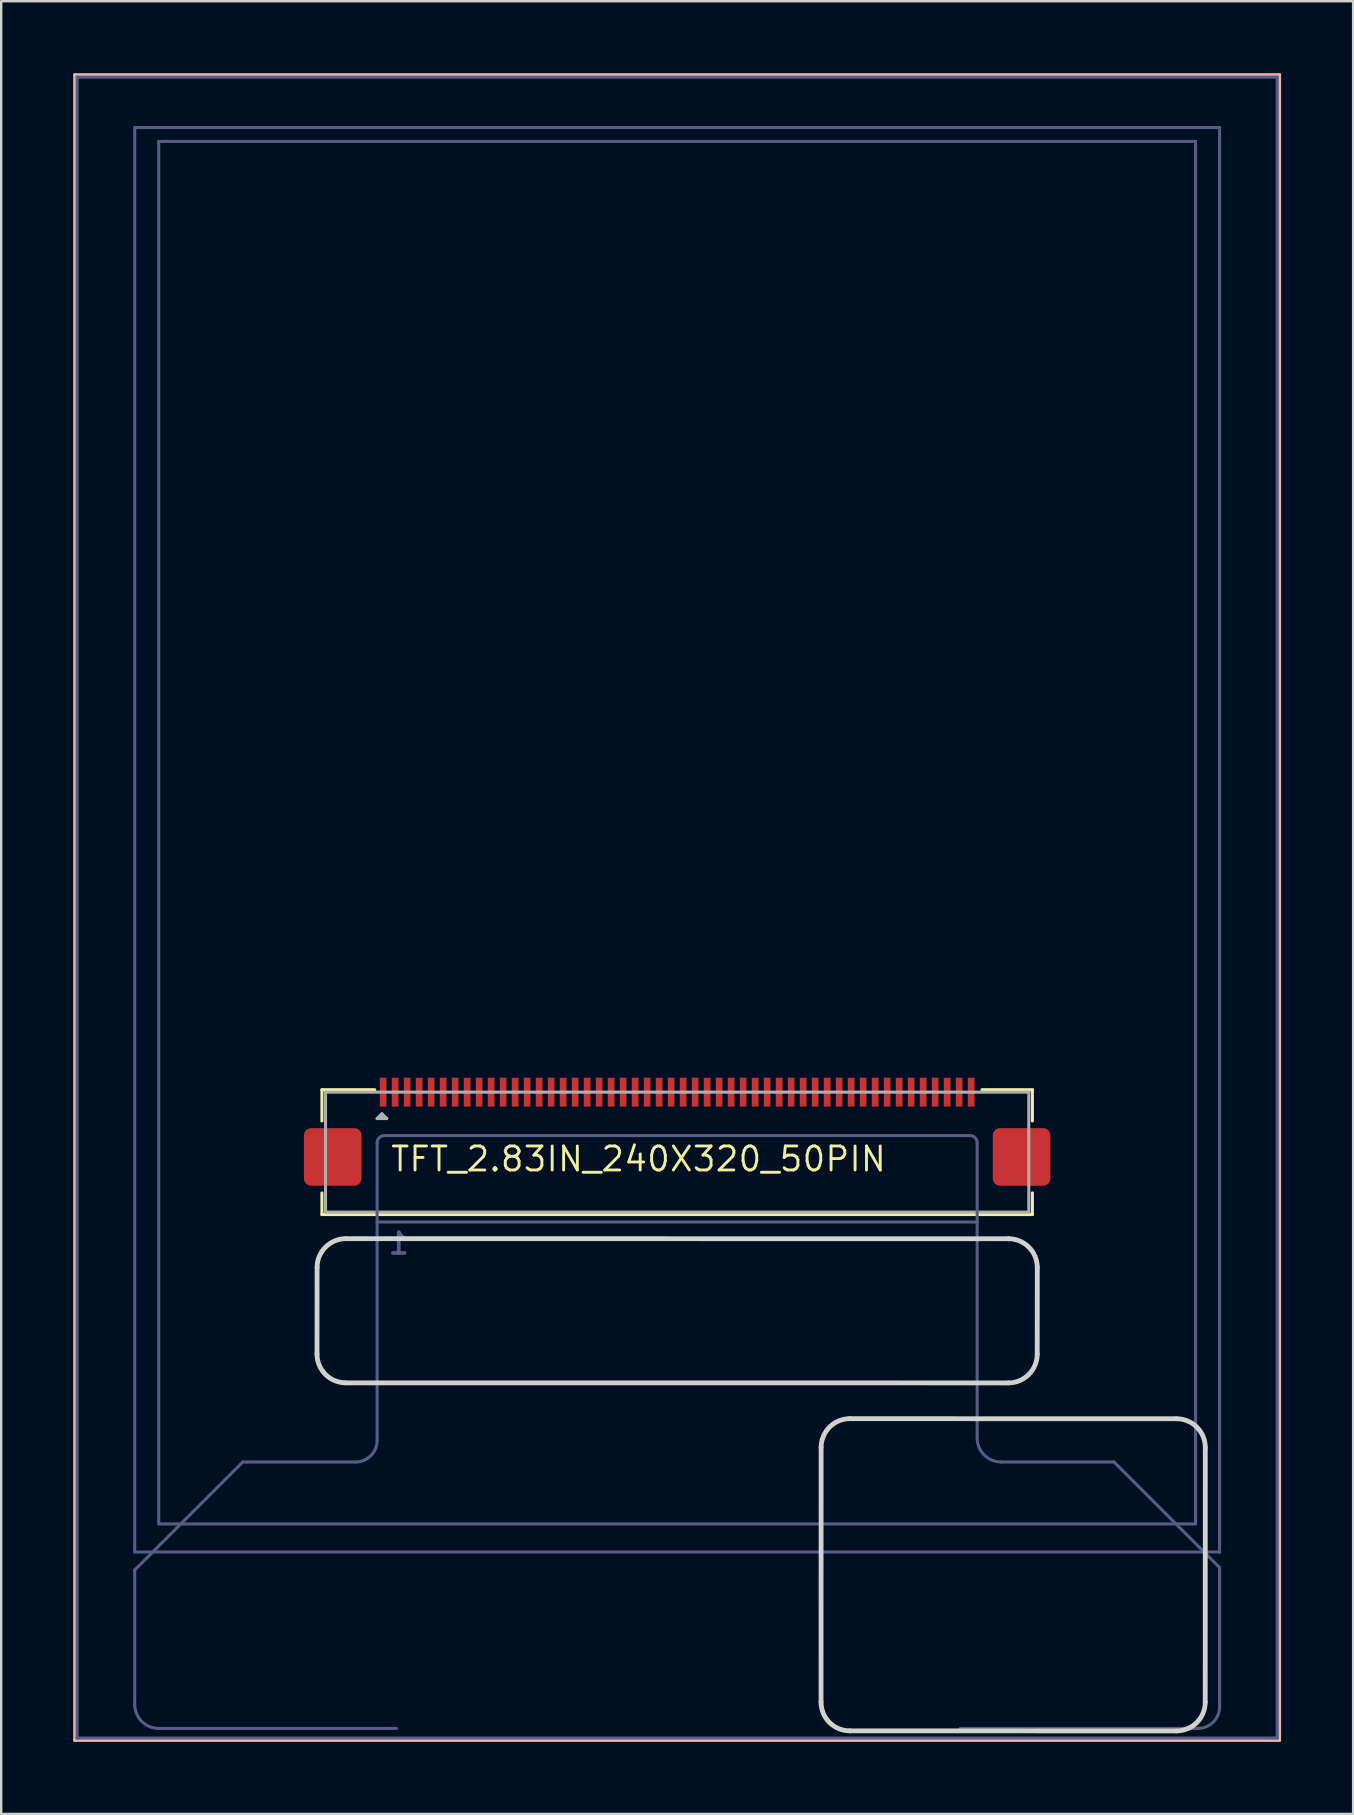
<source format=kicad_pcb>
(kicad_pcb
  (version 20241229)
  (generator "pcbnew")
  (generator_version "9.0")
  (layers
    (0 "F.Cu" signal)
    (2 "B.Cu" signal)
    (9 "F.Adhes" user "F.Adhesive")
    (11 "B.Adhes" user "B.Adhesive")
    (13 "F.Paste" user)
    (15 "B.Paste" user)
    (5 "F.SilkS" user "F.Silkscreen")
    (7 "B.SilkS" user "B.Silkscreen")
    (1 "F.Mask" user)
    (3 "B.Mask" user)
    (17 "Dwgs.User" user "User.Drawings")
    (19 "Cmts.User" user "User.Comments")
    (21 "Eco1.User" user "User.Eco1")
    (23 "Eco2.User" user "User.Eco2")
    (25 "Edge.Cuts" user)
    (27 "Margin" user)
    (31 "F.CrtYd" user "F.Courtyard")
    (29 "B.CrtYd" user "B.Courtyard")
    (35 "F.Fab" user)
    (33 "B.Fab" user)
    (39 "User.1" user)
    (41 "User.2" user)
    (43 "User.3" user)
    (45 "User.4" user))
  (footprint "TFT_2.83IN_240X320_50PIN"
    (layer "F.Cu")
    (at 25.163 32.063)
    (property "Reference" "TFT_2.83IN_240X320_50PIN" (at -12 13.177 0) (layer "F.SilkS") (effects (font (size 1 1) (thickness 0.12)) (justify left)))
    (fp_poly (pts (xy -12.1 11.05) (xy -12.4 11.05) (xy -12.4 9.75) (xy -12.1 9.75)) (stroke (width 0) (type solid)) (fill yes) (layer "F.Mask"))
    (fp_poly (pts (xy -11.6 11.05) (xy -11.9 11.05) (xy -11.9 9.75) (xy -11.6 9.75)) (stroke (width 0) (type solid)) (fill yes) (layer "F.Mask"))
    (fp_poly (pts (xy -11.1 11.05) (xy -11.4 11.05) (xy -11.4 9.75) (xy -11.1 9.75)) (stroke (width 0) (type solid)) (fill yes) (layer "F.Mask"))
    (fp_poly (pts (xy -10.6 11.05) (xy -10.9 11.05) (xy -10.9 9.75) (xy -10.6 9.75)) (stroke (width 0) (type solid)) (fill yes) (layer "F.Mask"))
    (fp_poly (pts (xy -10.1 11.05) (xy -10.4 11.05) (xy -10.4 9.75) (xy -10.1 9.75)) (stroke (width 0) (type solid)) (fill yes) (layer "F.Mask"))
    (fp_poly (pts (xy -9.6 11.05) (xy -9.9 11.05) (xy -9.9 9.75) (xy -9.6 9.75)) (stroke (width 0) (type solid)) (fill yes) (layer "F.Mask"))
    (fp_poly (pts (xy -9.1 11.05) (xy -9.4 11.05) (xy -9.4 9.75) (xy -9.1 9.75)) (stroke (width 0) (type solid)) (fill yes) (layer "F.Mask"))
    (fp_poly (pts (xy -8.6 11.05) (xy -8.9 11.05) (xy -8.9 9.75) (xy -8.6 9.75)) (stroke (width 0) (type solid)) (fill yes) (layer "F.Mask"))
    (fp_poly (pts (xy -8.1 11.05) (xy -8.4 11.05) (xy -8.4 9.75) (xy -8.1 9.75)) (stroke (width 0) (type solid)) (fill yes) (layer "F.Mask"))
    (fp_poly (pts (xy -7.6 11.05) (xy -7.9 11.05) (xy -7.9 9.75) (xy -7.6 9.75)) (stroke (width 0) (type solid)) (fill yes) (layer "F.Mask"))
    (fp_poly (pts (xy -7.1 11.05) (xy -7.4 11.05) (xy -7.4 9.75) (xy -7.1 9.75)) (stroke (width 0) (type solid)) (fill yes) (layer "F.Mask"))
    (fp_poly (pts (xy -6.6 11.05) (xy -6.9 11.05) (xy -6.9 9.75) (xy -6.6 9.75)) (stroke (width 0) (type solid)) (fill yes) (layer "F.Mask"))
    (fp_poly (pts (xy -6.1 11.05) (xy -6.4 11.05) (xy -6.4 9.75) (xy -6.1 9.75)) (stroke (width 0) (type solid)) (fill yes) (layer "F.Mask"))
    (fp_poly (pts (xy -5.6 11.05) (xy -5.9 11.05) (xy -5.9 9.75) (xy -5.6 9.75)) (stroke (width 0) (type solid)) (fill yes) (layer "F.Mask"))
    (fp_poly (pts (xy -5.1 11.05) (xy -5.4 11.05) (xy -5.4 9.75) (xy -5.1 9.75)) (stroke (width 0) (type solid)) (fill yes) (layer "F.Mask"))
    (fp_poly (pts (xy -4.6 11.05) (xy -4.9 11.05) (xy -4.9 9.75) (xy -4.6 9.75)) (stroke (width 0) (type solid)) (fill yes) (layer "F.Mask"))
    (fp_poly (pts (xy -4.1 11.05) (xy -4.4 11.05) (xy -4.4 9.75) (xy -4.1 9.75)) (stroke (width 0) (type solid)) (fill yes) (layer "F.Mask"))
    (fp_poly (pts (xy -3.6 11.05) (xy -3.9 11.05) (xy -3.9 9.75) (xy -3.6 9.75)) (stroke (width 0) (type solid)) (fill yes) (layer "F.Mask"))
    (fp_poly (pts (xy -3.1 11.05) (xy -3.4 11.05) (xy -3.4 9.75) (xy -3.1 9.75)) (stroke (width 0) (type solid)) (fill yes) (layer "F.Mask"))
    (fp_poly (pts (xy -2.6 11.05) (xy -2.9 11.05) (xy -2.9 9.75) (xy -2.6 9.75)) (stroke (width 0) (type solid)) (fill yes) (layer "F.Mask"))
    (fp_poly (pts (xy -2.1 11.05) (xy -2.4 11.05) (xy -2.4 9.75) (xy -2.1 9.75)) (stroke (width 0) (type solid)) (fill yes) (layer "F.Mask"))
    (fp_poly (pts (xy -1.6 11.05) (xy -1.9 11.05) (xy -1.9 9.75) (xy -1.6 9.75)) (stroke (width 0) (type solid)) (fill yes) (layer "F.Mask"))
    (fp_poly (pts (xy -1.1 11.05) (xy -1.4 11.05) (xy -1.4 9.75) (xy -1.1 9.75)) (stroke (width 0) (type solid)) (fill yes) (layer "F.Mask"))
    (fp_poly (pts (xy -0.6 11.05) (xy -0.9 11.05) (xy -0.9 9.75) (xy -0.6 9.75)) (stroke (width 0) (type solid)) (fill yes) (layer "F.Mask"))
    (fp_poly (pts (xy -0.1 11.05) (xy -0.4 11.05) (xy -0.4 9.75) (xy -0.1 9.75)) (stroke (width 0) (type solid)) (fill yes) (layer "F.Mask"))
    (fp_poly (pts (xy 0.4 11.05) (xy 0.1 11.05) (xy 0.1 9.75) (xy 0.4 9.75)) (stroke (width 0) (type solid)) (fill yes) (layer "F.Mask"))
    (fp_poly (pts (xy 0.9 11.05) (xy 0.6 11.05) (xy 0.6 9.75) (xy 0.9 9.75)) (stroke (width 0) (type solid)) (fill yes) (layer "F.Mask"))
    (fp_poly (pts (xy 1.4 11.05) (xy 1.1 11.05) (xy 1.1 9.75) (xy 1.4 9.75)) (stroke (width 0) (type solid)) (fill yes) (layer "F.Mask"))
    (fp_poly (pts (xy 1.9 11.05) (xy 1.6 11.05) (xy 1.6 9.75) (xy 1.9 9.75)) (stroke (width 0) (type solid)) (fill yes) (layer "F.Mask"))
    (fp_poly (pts (xy 2.4 11.05) (xy 2.1 11.05) (xy 2.1 9.75) (xy 2.4 9.75)) (stroke (width 0) (type solid)) (fill yes) (layer "F.Mask"))
    (fp_poly (pts (xy 2.9 11.05) (xy 2.6 11.05) (xy 2.6 9.75) (xy 2.9 9.75)) (stroke (width 0) (type solid)) (fill yes) (layer "F.Mask"))
    (fp_poly (pts (xy 3.4 11.05) (xy 3.1 11.05) (xy 3.1 9.75) (xy 3.4 9.75)) (stroke (width 0) (type solid)) (fill yes) (layer "F.Mask"))
    (fp_poly (pts (xy 3.9 11.05) (xy 3.6 11.05) (xy 3.6 9.75) (xy 3.9 9.75)) (stroke (width 0) (type solid)) (fill yes) (layer "F.Mask"))
    (fp_poly (pts (xy 4.4 11.05) (xy 4.1 11.05) (xy 4.1 9.75) (xy 4.4 9.75)) (stroke (width 0) (type solid)) (fill yes) (layer "F.Mask"))
    (fp_poly (pts (xy 4.9 11.05) (xy 4.6 11.05) (xy 4.6 9.75) (xy 4.9 9.75)) (stroke (width 0) (type solid)) (fill yes) (layer "F.Mask"))
    (fp_poly (pts (xy 5.4 11.05) (xy 5.1 11.05) (xy 5.1 9.75) (xy 5.4 9.75)) (stroke (width 0) (type solid)) (fill yes) (layer "F.Mask"))
    (fp_poly (pts (xy 5.9 11.05) (xy 5.6 11.05) (xy 5.6 9.75) (xy 5.9 9.75)) (stroke (width 0) (type solid)) (fill yes) (layer "F.Mask"))
    (fp_poly (pts (xy 6.4 11.05) (xy 6.1 11.05) (xy 6.1 9.75) (xy 6.4 9.75)) (stroke (width 0) (type solid)) (fill yes) (layer "F.Mask"))
    (fp_poly (pts (xy 6.9 11.05) (xy 6.6 11.05) (xy 6.6 9.75) (xy 6.9 9.75)) (stroke (width 0) (type solid)) (fill yes) (layer "F.Mask"))
    (fp_poly (pts (xy 7.4 11.05) (xy 7.1 11.05) (xy 7.1 9.75) (xy 7.4 9.75)) (stroke (width 0) (type solid)) (fill yes) (layer "F.Mask"))
    (fp_poly (pts (xy 7.9 11.05) (xy 7.6 11.05) (xy 7.6 9.75) (xy 7.9 9.75)) (stroke (width 0) (type solid)) (fill yes) (layer "F.Mask"))
    (fp_poly (pts (xy 8.4 11.05) (xy 8.1 11.05) (xy 8.1 9.75) (xy 8.4 9.75)) (stroke (width 0) (type solid)) (fill yes) (layer "F.Mask"))
    (fp_poly (pts (xy 8.9 11.05) (xy 8.6 11.05) (xy 8.6 9.75) (xy 8.9 9.75)) (stroke (width 0) (type solid)) (fill yes) (layer "F.Mask"))
    (fp_poly (pts (xy 9.4 11.05) (xy 9.1 11.05) (xy 9.1 9.75) (xy 9.4 9.75)) (stroke (width 0) (type solid)) (fill yes) (layer "F.Mask"))
    (fp_poly (pts (xy 9.9 11.05) (xy 9.6 11.05) (xy 9.6 9.75) (xy 9.9 9.75)) (stroke (width 0) (type solid)) (fill yes) (layer "F.Mask"))
    (fp_poly (pts (xy 10.4 11.05) (xy 10.1 11.05) (xy 10.1 9.75) (xy 10.4 9.75)) (stroke (width 0) (type solid)) (fill yes) (layer "F.Mask"))
    (fp_poly (pts (xy 10.9 11.05) (xy 10.6 11.05) (xy 10.6 9.75) (xy 10.9 9.75)) (stroke (width 0) (type solid)) (fill yes) (layer "F.Mask"))
    (fp_poly (pts (xy 11.4 11.05) (xy 11.1 11.05) (xy 11.1 9.75) (xy 11.4 9.75)) (stroke (width 0) (type solid)) (fill yes) (layer "F.Mask"))
    (fp_poly (pts (xy 11.9 11.05) (xy 11.6 11.05) (xy 11.6 9.75) (xy 11.9 9.75)) (stroke (width 0) (type solid)) (fill yes) (layer "F.Mask"))
    (fp_poly (pts (xy 12.4 11.05) (xy 12.1 11.05) (xy 12.1 9.75) (xy 12.4 9.75)) (stroke (width 0) (type solid)) (fill yes) (layer "F.Mask"))
    (fp_line (start -14.8 10.29) (end -14.8 11.59) (stroke (width 0.127) (type solid)) (layer "F.SilkS"))
    (fp_line (start -14.8 14.59) (end -14.8 15.49) (stroke (width 0.127) (type solid)) (layer "F.SilkS"))
    (fp_line (start -14.8 15.49) (end 14.8 15.49) (stroke (width 0.127) (type solid)) (layer "F.SilkS"))
    (fp_line (start -12.6 10.29) (end -14.8 10.29) (stroke (width 0.127) (type solid)) (layer "F.SilkS"))
    (fp_line (start 12.7 10.29) (end 14.8 10.29) (stroke (width 0.127) (type solid)) (layer "F.SilkS"))
    (fp_line (start 14.8 10.29) (end 14.8 11.59) (stroke (width 0.127) (type solid)) (layer "F.SilkS"))
    (fp_line (start 14.8 15.49) (end 14.8 14.59) (stroke (width 0.127) (type solid)) (layer "F.SilkS"))
    (fp_line (start -25.1 -32) (end -25.1 37.4) (stroke (width 0.127) (type solid)) (layer "B.SilkS"))
    (fp_line (start -25.1 37.4) (end 25.1 37.4) (stroke (width 0.127) (type solid)) (layer "B.SilkS"))
    (fp_line (start 25.1 -32) (end -25.1 -32) (stroke (width 0.127) (type solid)) (layer "B.SilkS"))
    (fp_line (start 25.1 37.4) (end 25.1 -32) (stroke (width 0.127) (type solid)) (layer "B.SilkS"))
    (fp_line (start -15.005 21.302) (end -15.002 17.695) (stroke (width 0.2) (type solid)) (layer "Edge.Cuts"))
    (fp_line (start -13.805 22.502) (end 13.802 22.505) (stroke (width 0.2) (type solid)) (layer "Edge.Cuts"))
    (fp_line (start -13.802 16.495) (end 13.805 16.498) (stroke (width 0.2) (type solid)) (layer "Edge.Cuts"))
    (fp_line (start 5.998 25.195) (end 5.995 35.802) (stroke (width 0.2) (type solid)) (layer "Edge.Cuts"))
    (fp_line (start 15.002 21.305) (end 15.005 17.698) (stroke (width 0.2) (type solid)) (layer "Edge.Cuts"))
    (fp_line (start 20.802 37.005) (end 7.195 37.002) (stroke (width 0.2) (type solid)) (layer "Edge.Cuts"))
    (fp_line (start 20.805 23.998) (end 7.198 23.995) (stroke (width 0.2) (type solid)) (layer "Edge.Cuts"))
    (fp_line (start 22.005 25.198) (end 22.002 35.805) (stroke (width 0.2) (type solid)) (layer "Edge.Cuts"))
    (fp_arc (start -15.002074 17.69481) (mid -14.650602 16.846282) (end -13.802074 16.49481) (stroke (width 0.2) (type solid)) (layer "Edge.Cuts"))
    (fp_arc (start -13.80519 22.502074) (mid -14.653718 22.150602) (end -15.00519 21.302074) (stroke (width 0.2) (type solid)) (layer "Edge.Cuts"))
    (fp_arc (start 5.997926 25.19481) (mid 6.349398 24.346282) (end 7.197926 23.99481) (stroke (width 0.2) (type solid)) (layer "Edge.Cuts"))
    (fp_arc (start 7.19481 37.002074) (mid 6.346282 36.650602) (end 5.99481 35.802074) (stroke (width 0.2) (type solid)) (layer "Edge.Cuts"))
    (fp_arc (start 13.80519 16.497926) (mid 14.653718 16.849398) (end 15.00519 17.697926) (stroke (width 0.2) (type solid)) (layer "Edge.Cuts"))
    (fp_arc (start 15.002074 21.30519) (mid 14.650602 22.153718) (end 13.802074 22.50519) (stroke (width 0.2) (type solid)) (layer "Edge.Cuts"))
    (fp_arc (start 20.80519 23.997926) (mid 21.653718 24.349398) (end 22.00519 25.197926) (stroke (width 0.2) (type solid)) (layer "Edge.Cuts"))
    (fp_arc (start 22.002074 35.80519) (mid 21.650602 36.653718) (end 20.802074 37.00519) (stroke (width 0.2) (type solid)) (layer "Edge.Cuts"))
    (fp_line (start -25 -31.9) (end -25 37.3) (stroke (width 0.127) (type solid)) (layer "B.Fab"))
    (fp_line (start -25 37.3) (end 25 37.3) (stroke (width 0.127) (type solid)) (layer "B.Fab"))
    (fp_line (start -22.6 -29.8) (end -22.6 29.55) (stroke (width 0.127) (type solid)) (layer "B.Fab"))
    (fp_line (start -22.6 29.55) (end 22.6 29.55) (stroke (width 0.127) (type solid)) (layer "B.Fab"))
    (fp_line (start -22.6 30.3) (end -22.6 35.9) (stroke (width 0.127) (type solid)) (layer "B.Fab"))
    (fp_line (start -21.6 -29.22) (end -21.6 28.38) (stroke (width 0.127) (type solid)) (layer "B.Fab"))
    (fp_line (start -21.6 28.38) (end 21.6 28.38) (stroke (width 0.127) (type solid)) (layer "B.Fab"))
    (fp_line (start -21.6 36.9) (end -11.7 36.9) (stroke (width 0.127) (type solid)) (layer "B.Fab"))
    (fp_line (start -18.1 25.8) (end -22.6 30.3) (stroke (width 0.127) (type solid)) (layer "B.Fab"))
    (fp_line (start -17.9 25.8) (end -18.1 25.8) (stroke (width 0.127) (type solid)) (layer "B.Fab"))
    (fp_line (start -13.4 25.8) (end -17.9 25.8) (stroke (width 0.127) (type solid)) (layer "B.Fab"))
    (fp_line (start -12.5 12.5) (end -12.5 15.8) (stroke (width 0.127) (type solid)) (layer "B.Fab"))
    (fp_line (start -12.5 15.8) (end -12.5 24.9) (stroke (width 0.127) (type solid)) (layer "B.Fab"))
    (fp_line (start 11.8 36.9) (end 12.1 36.9) (stroke (width 0.127) (type solid)) (layer "B.Fab"))
    (fp_line (start 12.1 36.9) (end 21.7 36.9) (stroke (width 0.127) (type solid)) (layer "B.Fab"))
    (fp_line (start 12.2 12.2) (end -12.2 12.2) (stroke (width 0.127) (type solid)) (layer "B.Fab"))
    (fp_line (start 12.5 15.8) (end -12.5 15.8) (stroke (width 0.127) (type solid)) (layer "B.Fab"))
    (fp_line (start 12.5 15.8) (end 12.5 12.5) (stroke (width 0.127) (type solid)) (layer "B.Fab"))
    (fp_line (start 12.5 24.8) (end 12.5 15.8) (stroke (width 0.127) (type solid)) (layer "B.Fab"))
    (fp_line (start 18.2 25.8) (end 13.5 25.8) (stroke (width 0.127) (type solid)) (layer "B.Fab"))
    (fp_line (start 21.6 -29.22) (end -21.6 -29.22) (stroke (width 0.127) (type solid)) (layer "B.Fab"))
    (fp_line (start 21.6 28.38) (end 21.6 -29.22) (stroke (width 0.127) (type solid)) (layer "B.Fab"))
    (fp_line (start 22.6 -29.8) (end -22.6 -29.8) (stroke (width 0.127) (type solid)) (layer "B.Fab"))
    (fp_line (start 22.6 29.55) (end 22.6 -29.8) (stroke (width 0.127) (type solid)) (layer "B.Fab"))
    (fp_line (start 22.6 30.2) (end 18.2 25.8) (stroke (width 0.127) (type solid)) (layer "B.Fab"))
    (fp_line (start 22.6 36) (end 22.6 30.2) (stroke (width 0.127) (type solid)) (layer "B.Fab"))
    (fp_line (start 25 -31.9) (end -25 -31.9) (stroke (width 0.127) (type solid)) (layer "B.Fab"))
    (fp_line (start 25 37.3) (end 25 -31.9) (stroke (width 0.127) (type solid)) (layer "B.Fab"))
    (fp_arc (start -21.6 36.9) (mid -22.307107 36.607107) (end -22.6 35.9) (stroke (width 0.127) (type solid)) (layer "B.Fab"))
    (fp_arc (start -12.5 12.5) (mid -12.412132 12.287868) (end -12.2 12.2) (stroke (width 0.127) (type solid)) (layer "B.Fab"))
    (fp_arc (start -12.5 24.9) (mid -12.763604 25.536396) (end -13.4 25.8) (stroke (width 0.127) (type solid)) (layer "B.Fab"))
    (fp_arc (start 12.2 12.2) (mid 12.412132 12.287868) (end 12.5 12.5) (stroke (width 0.127) (type solid)) (layer "B.Fab"))
    (fp_arc (start 13.5 25.8) (mid 12.792893 25.507107) (end 12.5 24.8) (stroke (width 0.127) (type solid)) (layer "B.Fab"))
    (fp_arc (start 22.6 36) (mid 22.336396 36.636396) (end 21.7 36.9) (stroke (width 0.127) (type solid)) (layer "B.Fab"))
    (fp_line (start -14.65 10.39) (end 14.65 10.39) (stroke (width 0.127) (type solid)) (layer "F.Fab"))
    (fp_line (start -14.65 15.39) (end -14.65 10.39) (stroke (width 0.127) (type solid)) (layer "F.Fab"))
    (fp_line (start -14.65 15.39) (end 14.65 15.39) (stroke (width 0.127) (type solid)) (layer "F.Fab"))
    (fp_line (start -12.5 11.49) (end -12.4 11.49) (stroke (width 0.127) (type solid)) (layer "F.Fab"))
    (fp_line (start -12.5 11.49) (end -12.3 11.29) (stroke (width 0.127) (type solid)) (layer "F.Fab"))
    (fp_line (start -12.4 11.49) (end -12.3 11.39) (stroke (width 0.127) (type solid)) (layer "F.Fab"))
    (fp_line (start -12.3 11.29) (end -12.1 11.49) (stroke (width 0.127) (type solid)) (layer "F.Fab"))
    (fp_line (start -12.1 11.49) (end -12.4 11.49) (stroke (width 0.127) (type solid)) (layer "F.Fab"))
    (fp_line (start 14.65 10.39) (end 14.65 15.39) (stroke (width 0.127) (type solid)) (layer "F.Fab"))
    (fp_text user "1" (at -11.6 16.7 0) (layer "B.Fab") (effects (font (size 0.864 0.864) (thickness 0.152)) (justify mirror)))
    (pad "1" smd rect (at -12.25 10.39 180) (size 0.275 1.2) (layers "F.Cu" "F.Paste"))
    (pad "2" smd rect (at -11.75 10.39 180) (size 0.275 1.2) (layers "F.Cu" "F.Paste"))
    (pad "3" smd rect (at -11.25 10.39 180) (size 0.275 1.2) (layers "F.Cu" "F.Paste"))
    (pad "4" smd rect (at -10.75 10.39 180) (size 0.275 1.2) (layers "F.Cu" "F.Paste"))
    (pad "5" smd rect (at -10.25 10.39 180) (size 0.275 1.2) (layers "F.Cu" "F.Paste"))
    (pad "6" smd rect (at -9.75 10.39 180) (size 0.275 1.2) (layers "F.Cu" "F.Paste"))
    (pad "7" smd rect (at -9.25 10.39 180) (size 0.275 1.2) (layers "F.Cu" "F.Paste"))
    (pad "8" smd rect (at -8.75 10.39 180) (size 0.275 1.2) (layers "F.Cu" "F.Paste"))
    (pad "9" smd rect (at -8.25 10.39 180) (size 0.275 1.2) (layers "F.Cu" "F.Paste"))
    (pad "10" smd rect (at -7.75 10.39 180) (size 0.275 1.2) (layers "F.Cu" "F.Paste"))
    (pad "11" smd rect (at -7.25 10.39 180) (size 0.275 1.2) (layers "F.Cu" "F.Paste"))
    (pad "12" smd rect (at -6.75 10.39 180) (size 0.275 1.2) (layers "F.Cu" "F.Paste"))
    (pad "13" smd rect (at -6.25 10.39 180) (size 0.275 1.2) (layers "F.Cu" "F.Paste"))
    (pad "14" smd rect (at -5.75 10.39 180) (size 0.275 1.2) (layers "F.Cu" "F.Paste"))
    (pad "15" smd rect (at -5.25 10.39 180) (size 0.275 1.2) (layers "F.Cu" "F.Paste"))
    (pad "16" smd rect (at -4.75 10.39 180) (size 0.275 1.2) (layers "F.Cu" "F.Paste"))
    (pad "17" smd rect (at -4.25 10.39 180) (size 0.275 1.2) (layers "F.Cu" "F.Paste"))
    (pad "18" smd rect (at -3.75 10.39 180) (size 0.275 1.2) (layers "F.Cu" "F.Paste"))
    (pad "19" smd rect (at -3.25 10.39 180) (size 0.275 1.2) (layers "F.Cu" "F.Paste"))
    (pad "20" smd rect (at -2.75 10.39 180) (size 0.275 1.2) (layers "F.Cu" "F.Paste"))
    (pad "21" smd rect (at -2.25 10.39 180) (size 0.275 1.2) (layers "F.Cu" "F.Paste"))
    (pad "22" smd rect (at -1.75 10.39 180) (size 0.275 1.2) (layers "F.Cu" "F.Paste"))
    (pad "23" smd rect (at -1.25 10.39 180) (size 0.275 1.2) (layers "F.Cu" "F.Paste"))
    (pad "24" smd rect (at -0.75 10.39 180) (size 0.275 1.2) (layers "F.Cu" "F.Paste"))
    (pad "25" smd rect (at -0.25 10.39 180) (size 0.275 1.2) (layers "F.Cu" "F.Paste"))
    (pad "26" smd rect (at 0.25 10.39 180) (size 0.275 1.2) (layers "F.Cu" "F.Paste"))
    (pad "27" smd rect (at 0.75 10.39 180) (size 0.275 1.2) (layers "F.Cu" "F.Paste"))
    (pad "28" smd rect (at 1.25 10.39 180) (size 0.275 1.2) (layers "F.Cu" "F.Paste"))
    (pad "29" smd rect (at 1.75 10.39 180) (size 0.275 1.2) (layers "F.Cu" "F.Paste"))
    (pad "30" smd rect (at 2.25 10.39 180) (size 0.275 1.2) (layers "F.Cu" "F.Paste"))
    (pad "31" smd rect (at 2.75 10.39 180) (size 0.275 1.2) (layers "F.Cu" "F.Paste"))
    (pad "32" smd rect (at 3.25 10.39 180) (size 0.275 1.2) (layers "F.Cu" "F.Paste"))
    (pad "33" smd rect (at 3.75 10.39 180) (size 0.275 1.2) (layers "F.Cu" "F.Paste"))
    (pad "34" smd rect (at 4.25 10.39 180) (size 0.275 1.2) (layers "F.Cu" "F.Paste"))
    (pad "35" smd rect (at 4.75 10.39 180) (size 0.275 1.2) (layers "F.Cu" "F.Paste"))
    (pad "36" smd rect (at 5.25 10.39 180) (size 0.275 1.2) (layers "F.Cu" "F.Paste"))
    (pad "37" smd rect (at 5.75 10.39 180) (size 0.275 1.2) (layers "F.Cu" "F.Paste"))
    (pad "38" smd rect (at 6.25 10.39 180) (size 0.275 1.2) (layers "F.Cu" "F.Paste"))
    (pad "39" smd rect (at 6.75 10.39 180) (size 0.275 1.2) (layers "F.Cu" "F.Paste"))
    (pad "40" smd rect (at 7.25 10.39 180) (size 0.275 1.2) (layers "F.Cu" "F.Paste"))
    (pad "41" smd rect (at 7.75 10.39 180) (size 0.275 1.2) (layers "F.Cu" "F.Paste"))
    (pad "42" smd rect (at 8.25 10.39 180) (size 0.275 1.2) (layers "F.Cu" "F.Paste"))
    (pad "43" smd rect (at 8.75 10.39 180) (size 0.275 1.2) (layers "F.Cu" "F.Paste"))
    (pad "44" smd rect (at 9.25 10.39 180) (size 0.275 1.2) (layers "F.Cu" "F.Paste"))
    (pad "45" smd rect (at 9.75 10.39 180) (size 0.275 1.2) (layers "F.Cu" "F.Paste"))
    (pad "46" smd rect (at 10.25 10.39 180) (size 0.275 1.2) (layers "F.Cu" "F.Paste"))
    (pad "47" smd rect (at 10.75 10.39 180) (size 0.275 1.2) (layers "F.Cu" "F.Paste"))
    (pad "48" smd rect (at 11.25 10.39 180) (size 0.275 1.2) (layers "F.Cu" "F.Paste"))
    (pad "49" smd rect (at 11.75 10.39 180) (size 0.275 1.2) (layers "F.Cu" "F.Paste"))
    (pad "50" smd rect (at 12.25 10.39 180) (size 0.275 1.2) (layers "F.Cu" "F.Paste"))
    (pad "MP" smd roundrect (at -14.35 13.09 180) (size 2.4 2.4) (layers "F.Cu" "F.Mask" "F.Paste") (roundrect_rratio 0.125))
    (pad "MP" smd roundrect (at 14.35 13.09 180) (size 2.4 2.4) (layers "F.Cu" "F.Mask" "F.Paste") (roundrect_rratio 0.125)))
  (gr_rect
    (start -3 -3)
    (end 53.327 72.527)
    (stroke (width 0.1) (type default))
    (fill no)
    (layer "Edge.Cuts")))
</source>
